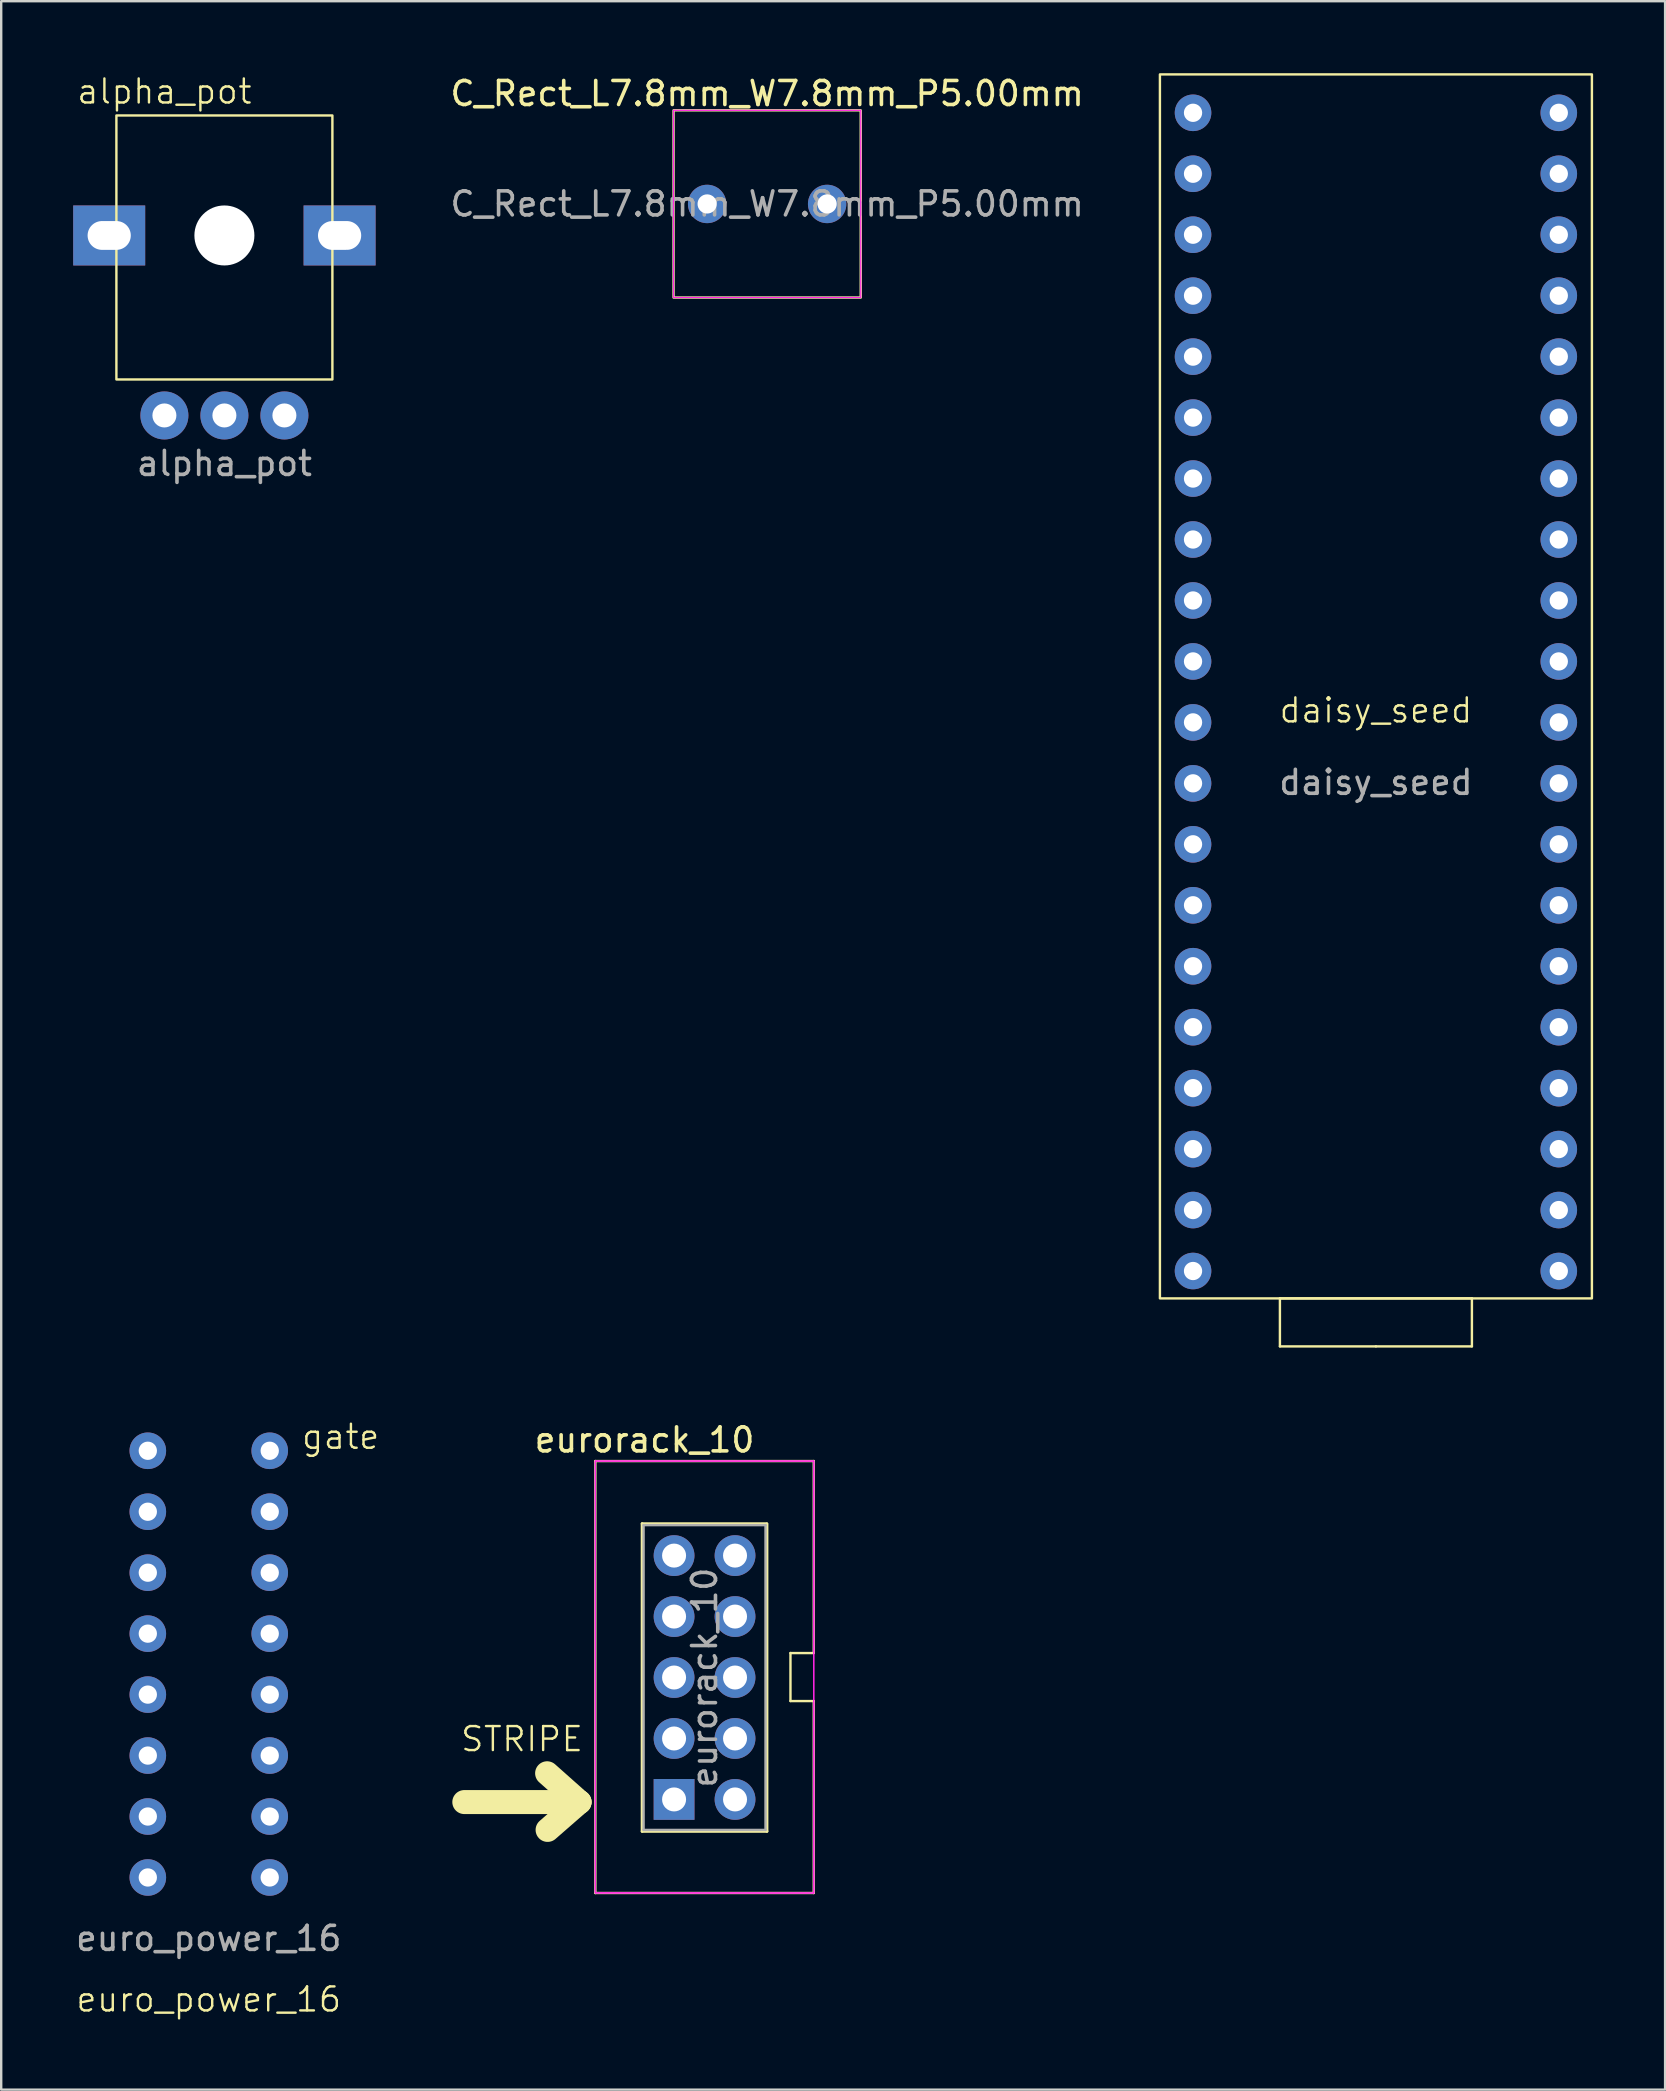
<source format=kicad_pcb>
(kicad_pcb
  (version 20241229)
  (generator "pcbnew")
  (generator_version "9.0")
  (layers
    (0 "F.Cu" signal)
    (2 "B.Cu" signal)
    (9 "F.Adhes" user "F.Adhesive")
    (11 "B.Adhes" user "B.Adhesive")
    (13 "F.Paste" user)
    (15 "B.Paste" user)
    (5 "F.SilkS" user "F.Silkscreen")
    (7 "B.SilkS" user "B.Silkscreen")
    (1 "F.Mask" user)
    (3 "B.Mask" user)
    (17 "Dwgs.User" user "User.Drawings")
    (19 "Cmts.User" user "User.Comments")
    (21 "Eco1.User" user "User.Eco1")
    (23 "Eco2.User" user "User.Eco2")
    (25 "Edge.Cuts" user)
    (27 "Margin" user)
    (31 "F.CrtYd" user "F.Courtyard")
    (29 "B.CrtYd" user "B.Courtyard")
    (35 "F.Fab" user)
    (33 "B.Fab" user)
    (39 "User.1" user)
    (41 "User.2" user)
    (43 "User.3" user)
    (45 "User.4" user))
  (footprint "euro_power_16"
    (layer "F.Cu")
    (at 5.649 75.18)
    (property "Reference" "euro_power_16" (at 0 5.08 0) (unlocked yes) (layer "F.SilkS") (effects (font (size 1 1) (thickness 0.1))))
    (attr through_hole)
    (fp_text user "gate" (at 3.81 -17.78 0) (unlocked yes) (layer "F.SilkS") (effects (font (size 1 1) (thickness 0.1)) (justify left bottom)))
    (fp_text user "${REFERENCE}" (at 0 2.54 0) (unlocked yes) (layer "F.Fab") (effects (font (size 1 1) (thickness 0.15))))
    (pad "1" thru_hole circle (at -2.54 -17.78) (size 1.524 1.524) (drill 0.762) (layers "*.Cu" "*.Mask"))
    (pad "2" thru_hole circle (at 2.54 -17.78) (size 1.524 1.524) (drill 0.762) (layers "*.Cu" "*.Mask"))
    (pad "3" thru_hole circle (at -2.54 -15.24) (size 1.524 1.524) (drill 0.762) (layers "*.Cu" "*.Mask"))
    (pad "4" thru_hole circle (at 2.54 -15.24) (size 1.524 1.524) (drill 0.762) (layers "*.Cu" "*.Mask"))
    (pad "5" thru_hole circle (at -2.54 -12.7) (size 1.524 1.524) (drill 0.762) (layers "*.Cu" "*.Mask"))
    (pad "6" thru_hole circle (at 2.54 -12.7) (size 1.524 1.524) (drill 0.762) (layers "*.Cu" "*.Mask"))
    (pad "7" thru_hole circle (at -2.54 -10.16) (size 1.524 1.524) (drill 0.762) (layers "*.Cu" "*.Mask"))
    (pad "8" thru_hole circle (at 2.54 -10.16) (size 1.524 1.524) (drill 0.762) (layers "*.Cu" "*.Mask"))
    (pad "9" thru_hole circle (at -2.54 -7.62) (size 1.524 1.524) (drill 0.762) (layers "*.Cu" "*.Mask"))
    (pad "10" thru_hole circle (at 2.54 -7.62) (size 1.524 1.524) (drill 0.762) (layers "*.Cu" "*.Mask"))
    (pad "11" thru_hole circle (at -2.54 -5.08) (size 1.524 1.524) (drill 0.762) (layers "*.Cu" "*.Mask"))
    (pad "12" thru_hole circle (at 2.54 -5.08) (size 1.524 1.524) (drill 0.762) (layers "*.Cu" "*.Mask"))
    (pad "13" thru_hole circle (at -2.54 -2.54) (size 1.524 1.524) (drill 0.762) (layers "*.Cu" "*.Mask"))
    (pad "14" thru_hole circle (at 2.54 -2.54) (size 1.524 1.524) (drill 0.762) (layers "*.Cu" "*.Mask"))
    (pad "15" thru_hole circle (at -2.54 0) (size 1.524 1.524) (drill 0.762) (layers "*.Cu" "*.Mask"))
    (pad "16" thru_hole circle (at 2.54 0) (size 1.524 1.524) (drill 0.762) (layers "*.Cu" "*.Mask")))
  (footprint "C_Rect_L7.8mm_W7.8mm_P5.00mm"
    (layer "F.Cu")
    (at 26.415 5.448)
    (property "Reference" "C_Rect_L7.8mm_W7.8mm_P5.00mm" (at 2.5 -4.6 0) (layer "F.SilkS") (effects (font (size 1 1) (thickness 0.15))))
    (attr through_hole)
    (fp_rect (start -1.4 -3.9) (end 6.4 3.9) (stroke (width 0.1) (type default)) (fill no) (layer "F.SilkS"))
    (fp_rect (start -1.4 -3.9) (end 6.4 3.9) (stroke (width 0.05) (type default)) (fill no) (layer "F.CrtYd"))
    (fp_text user "${REFERENCE}" (at 2.5 0 0) (layer "F.Fab") (effects (font (size 1 1) (thickness 0.15))))
    (pad "1" thru_hole circle (at 0 0) (size 1.6 1.6) (drill 0.8) (layers "*.Cu" "*.Mask"))
    (pad "2" thru_hole circle (at 5 0) (size 1.6 1.6) (drill 0.8) (layers "*.Cu" "*.Mask")))
  (footprint "daisy_seed"
    (layer "F.Cu")
    (at 54.281 27.05)
    (property "Reference" "daisy_seed" (at 0 -0.5 0) (unlocked yes) (layer "F.SilkS") (effects (font (size 1 1) (thickness 0.1))))
    (attr through_hole)
    (fp_line (start -4 24) (end 4 24) (stroke (width 0.1) (type default)) (layer "F.SilkS"))
    (fp_line (start -4 26) (end -4 24) (stroke (width 0.1) (type default)) (layer "F.SilkS"))
    (fp_line (start 0 26) (end -4 26) (stroke (width 0.1) (type default)) (layer "F.SilkS"))
    (fp_line (start 4 24) (end 4 26) (stroke (width 0.1) (type default)) (layer "F.SilkS"))
    (fp_line (start 4 26) (end 0 26) (stroke (width 0.1) (type default)) (layer "F.SilkS"))
    (fp_rect (start -9 -27) (end 9 24) (stroke (width 0.1) (type default)) (fill no) (layer "F.SilkS"))
    (fp_text user "${REFERENCE}" (at 0 2.5 0) (unlocked yes) (layer "F.Fab") (effects (font (size 1 1) (thickness 0.15))))
    (pad "1" thru_hole circle (at 7.62 22.86) (size 1.524 1.524) (drill 0.762) (layers "*.Cu" "*.Mask"))
    (pad "2" thru_hole circle (at 7.62 20.32) (size 1.524 1.524) (drill 0.762) (layers "*.Cu" "*.Mask"))
    (pad "3" thru_hole circle (at 7.62 17.78) (size 1.524 1.524) (drill 0.762) (layers "*.Cu" "*.Mask"))
    (pad "4" thru_hole circle (at 7.62 15.24) (size 1.524 1.524) (drill 0.762) (layers "*.Cu" "*.Mask"))
    (pad "5" thru_hole circle (at 7.62 12.7) (size 1.524 1.524) (drill 0.762) (layers "*.Cu" "*.Mask"))
    (pad "6" thru_hole circle (at 7.62 10.16) (size 1.524 1.524) (drill 0.762) (layers "*.Cu" "*.Mask"))
    (pad "7" thru_hole circle (at 7.62 7.62) (size 1.524 1.524) (drill 0.762) (layers "*.Cu" "*.Mask"))
    (pad "8" thru_hole circle (at 7.62 5.08) (size 1.524 1.524) (drill 0.762) (layers "*.Cu" "*.Mask"))
    (pad "9" thru_hole circle (at 7.62 2.54) (size 1.524 1.524) (drill 0.762) (layers "*.Cu" "*.Mask"))
    (pad "10" thru_hole circle (at 7.62 0) (size 1.524 1.524) (drill 0.762) (layers "*.Cu" "*.Mask"))
    (pad "11" thru_hole circle (at 7.62 -2.54) (size 1.524 1.524) (drill 0.762) (layers "*.Cu" "*.Mask"))
    (pad "12" thru_hole circle (at 7.62 -5.08) (size 1.524 1.524) (drill 0.762) (layers "*.Cu" "*.Mask"))
    (pad "13" thru_hole circle (at 7.62 -7.62) (size 1.524 1.524) (drill 0.762) (layers "*.Cu" "*.Mask"))
    (pad "14" thru_hole circle (at 7.62 -10.16) (size 1.524 1.524) (drill 0.762) (layers "*.Cu" "*.Mask"))
    (pad "15" thru_hole circle (at 7.62 -12.7) (size 1.524 1.524) (drill 0.762) (layers "*.Cu" "*.Mask"))
    (pad "16" thru_hole circle (at 7.62 -15.24) (size 1.524 1.524) (drill 0.762) (layers "*.Cu" "*.Mask"))
    (pad "17" thru_hole circle (at 7.62 -17.78) (size 1.524 1.524) (drill 0.762) (layers "*.Cu" "*.Mask"))
    (pad "18" thru_hole circle (at 7.62 -20.32) (size 1.524 1.524) (drill 0.762) (layers "*.Cu" "*.Mask"))
    (pad "19" thru_hole circle (at 7.62 -22.86) (size 1.524 1.524) (drill 0.762) (layers "*.Cu" "*.Mask"))
    (pad "20" thru_hole circle (at 7.62 -25.4) (size 1.524 1.524) (drill 0.762) (layers "*.Cu" "*.Mask"))
    (pad "21" thru_hole circle (at -7.62 -25.4) (size 1.524 1.524) (drill 0.762) (layers "*.Cu" "*.Mask"))
    (pad "22" thru_hole circle (at -7.62 -22.86) (size 1.524 1.524) (drill 0.762) (layers "*.Cu" "*.Mask"))
    (pad "23" thru_hole circle (at -7.62 -20.32) (size 1.524 1.524) (drill 0.762) (layers "*.Cu" "*.Mask"))
    (pad "24" thru_hole circle (at -7.62 -17.78) (size 1.524 1.524) (drill 0.762) (layers "*.Cu" "*.Mask"))
    (pad "25" thru_hole circle (at -7.62 -15.24) (size 1.524 1.524) (drill 0.762) (layers "*.Cu" "*.Mask"))
    (pad "26" thru_hole circle (at -7.62 -12.7) (size 1.524 1.524) (drill 0.762) (layers "*.Cu" "*.Mask"))
    (pad "27" thru_hole circle (at -7.62 -10.16) (size 1.524 1.524) (drill 0.762) (layers "*.Cu" "*.Mask"))
    (pad "28" thru_hole circle (at -7.62 -7.62) (size 1.524 1.524) (drill 0.762) (layers "*.Cu" "*.Mask"))
    (pad "29" thru_hole circle (at -7.62 -5.08) (size 1.524 1.524) (drill 0.762) (layers "*.Cu" "*.Mask"))
    (pad "30" thru_hole circle (at -7.62 -2.54) (size 1.524 1.524) (drill 0.762) (layers "*.Cu" "*.Mask"))
    (pad "31" thru_hole circle (at -7.62 0) (size 1.524 1.524) (drill 0.762) (layers "*.Cu" "*.Mask"))
    (pad "32" thru_hole circle (at -7.62 2.54) (size 1.524 1.524) (drill 0.762) (layers "*.Cu" "*.Mask"))
    (pad "33" thru_hole circle (at -7.62 5.08) (size 1.524 1.524) (drill 0.762) (layers "*.Cu" "*.Mask"))
    (pad "34" thru_hole circle (at -7.62 7.62) (size 1.524 1.524) (drill 0.762) (layers "*.Cu" "*.Mask"))
    (pad "35" thru_hole circle (at -7.62 10.16) (size 1.524 1.524) (drill 0.762) (layers "*.Cu" "*.Mask"))
    (pad "36" thru_hole circle (at -7.62 12.7) (size 1.524 1.524) (drill 0.762) (layers "*.Cu" "*.Mask"))
    (pad "37" thru_hole circle (at -7.62 15.24) (size 1.524 1.524) (drill 0.762) (layers "*.Cu" "*.Mask"))
    (pad "38" thru_hole circle (at -7.62 17.78) (size 1.524 1.524) (drill 0.762) (layers "*.Cu" "*.Mask"))
    (pad "39" thru_hole circle (at -7.62 20.32) (size 1.524 1.524) (drill 0.762) (layers "*.Cu" "*.Mask"))
    (pad "40" thru_hole circle (at -7.62 22.86) (size 1.524 1.524) (drill 0.762) (layers "*.Cu" "*.Mask")))
  (footprint "eurorack_10"
    (layer "F.Cu")
    (at 21.757 57.828)
    (property "Reference" "eurorack_10" (at 2.05 -0.88 0) (layer "F.SilkS") (effects (font (size 1 1) (thickness 0.15))))
    (attr through_hole)
    (fp_line (start -5.46 14.21) (end -0.66 14.21) (stroke (width 1) (type default)) (layer "F.SilkS"))
    (fp_line (start -0.66 14.21) (end -2.01 13.01) (stroke (width 1) (type default)) (layer "F.SilkS"))
    (fp_line (start -0.66 14.21) (end -1.99 15.37) (stroke (width 1) (type default)) (layer "F.SilkS"))
    (fp_line (start 0 0) (end 9.1 0) (stroke (width 0.1) (type default)) (layer "F.SilkS"))
    (fp_line (start 0 18) (end 0 0) (stroke (width 0.1) (type default)) (layer "F.SilkS"))
    (fp_line (start 1.95 2.61) (end 1.95 15.43) (stroke (width 0.12) (type solid)) (layer "F.SilkS"))
    (fp_line (start 1.95 2.61) (end 7.141 2.61) (stroke (width 0.12) (type solid)) (layer "F.SilkS"))
    (fp_line (start 1.95 15.43) (end 7.15 15.43) (stroke (width 0.12) (type solid)) (layer "F.SilkS"))
    (fp_line (start 7.15 2.619) (end 7.15 15.43) (stroke (width 0.12) (type solid)) (layer "F.SilkS"))
    (fp_line (start 8.13 8) (end 8.13 10) (stroke (width 0.1) (type default)) (layer "F.SilkS"))
    (fp_line (start 8.13 10) (end 9.1 10) (stroke (width 0.1) (type default)) (layer "F.SilkS"))
    (fp_line (start 9.1 0) (end 9.1 8) (stroke (width 0.1) (type default)) (layer "F.SilkS"))
    (fp_line (start 9.1 8) (end 8.13 8) (stroke (width 0.1) (type default)) (layer "F.SilkS"))
    (fp_line (start 9.1 10) (end 9.1 18) (stroke (width 0.1) (type default)) (layer "F.SilkS"))
    (fp_line (start 9.1 18) (end 0 18) (stroke (width 0.1) (type default)) (layer "F.SilkS"))
    (fp_line (start 0 0) (end 9.1 0) (stroke (width 0.05) (type solid)) (layer "F.CrtYd"))
    (fp_line (start 0 17.99) (end 0 0) (stroke (width 0.05) (type solid)) (layer "F.CrtYd"))
    (fp_line (start 9.1 0) (end 9.1 18) (stroke (width 0.05) (type solid)) (layer "F.CrtYd"))
    (fp_line (start 9.1 18) (end 0 17.99) (stroke (width 0.05) (type solid)) (layer "F.CrtYd"))
    (fp_rect (start 0 0) (end 9.1 18) (stroke (width 0.05) (type default)) (fill no) (layer "F.CrtYd"))
    (fp_line (start 2.01 2.67) (end 7.09 2.67) (stroke (width 0.1) (type solid)) (layer "F.Fab"))
    (fp_line (start 2.01 15.37) (end 2.01 2.67) (stroke (width 0.1) (type solid)) (layer "F.Fab"))
    (fp_line (start 7.09 2.67) (end 7.09 15.37) (stroke (width 0.1) (type solid)) (layer "F.Fab"))
    (fp_line (start 7.09 15.37) (end 2.01 15.37) (stroke (width 0.1) (type solid)) (layer "F.Fab"))
    (fp_text user "STRIPE" (at -5.67 12.17 0) (unlocked yes) (layer "F.SilkS") (effects (font (size 1 1) (thickness 0.1)) (justify left bottom)))
    (fp_text user "${REFERENCE}" (at 4.55 9.02 90) (layer "F.Fab") (effects (font (size 1 1) (thickness 0.15))))
    (pad "1" thru_hole rect (at 3.28 14.1) (size 1.7 1.7) (drill 1) (layers "*.Cu" "*.Mask"))
    (pad "2" thru_hole oval (at 5.82 14.1) (size 1.7 1.7) (drill 1) (layers "*.Cu" "*.Mask"))
    (pad "3" thru_hole oval (at 3.28 11.56) (size 1.7 1.7) (drill 1) (layers "*.Cu" "*.Mask"))
    (pad "4" thru_hole oval (at 5.82 11.56) (size 1.7 1.7) (drill 1) (layers "*.Cu" "*.Mask"))
    (pad "5" thru_hole oval (at 3.28 9.02) (size 1.7 1.7) (drill 1) (layers "*.Cu" "*.Mask"))
    (pad "6" thru_hole oval (at 5.82 9.02) (size 1.7 1.7) (drill 1) (layers "*.Cu" "*.Mask"))
    (pad "7" thru_hole oval (at 3.28 6.48) (size 1.7 1.7) (drill 1) (layers "*.Cu" "*.Mask"))
    (pad "8" thru_hole oval (at 5.82 6.48) (size 1.7 1.7) (drill 1) (layers "*.Cu" "*.Mask"))
    (pad "9" thru_hole oval (at 3.28 3.94) (size 1.7 1.7) (drill 1) (layers "*.Cu" "*.Mask"))
    (pad "10" thru_hole oval (at 5.82 3.94) (size 1.7 1.7) (drill 1) (layers "*.Cu" "*.Mask")))
  (footprint "alpha_pot"
    (layer "F.Cu")
    (at 6.3 6.761)
    (property "Reference" "alpha_pot" (at -2.5 -6 0) (unlocked yes) (layer "F.SilkS") (effects (font (size 1 1) (thickness 0.1))))
    (attr smd)
    (fp_rect (start -4.5 -5) (end 4.5 6) (stroke (width 0.1) (type default)) (fill no) (layer "F.SilkS"))
    (fp_text user "${REFERENCE}" (at 0 9.5 0) (unlocked yes) (layer "F.Fab") (effects (font (size 1 1) (thickness 0.15))))
    (pad "" np_thru_hole rect (at -4.8 0) (size 3 2.5) (drill oval 1.8 1.2) (layers "*.Cu" "*.Mask"))
    (pad "" np_thru_hole circle (at 0 0) (size 2.5 2.5) (drill 2.5) (layers "*.Cu" "*.Mask"))
    (pad "" np_thru_hole rect (at 4.8 0) (size 3 2.5) (drill oval 1.8 1.2) (layers "*.Cu" "*.Mask"))
    (pad "1" thru_hole circle (at -2.5 7.5) (size 2 2) (drill 1) (layers "*.Cu" "*.Mask"))
    (pad "2" thru_hole circle (at 0 7.5) (size 2 2) (drill 1) (layers "*.Cu" "*.Mask"))
    (pad "3" thru_hole circle (at 2.5 7.5) (size 2 2) (drill 1) (layers "*.Cu" "*.Mask")))
  (gr_rect
    (start -3 -3)
    (end 66.331 84.02)
    (stroke (width 0.1) (type default))
    (fill no)
    (layer "Edge.Cuts")))
</source>
